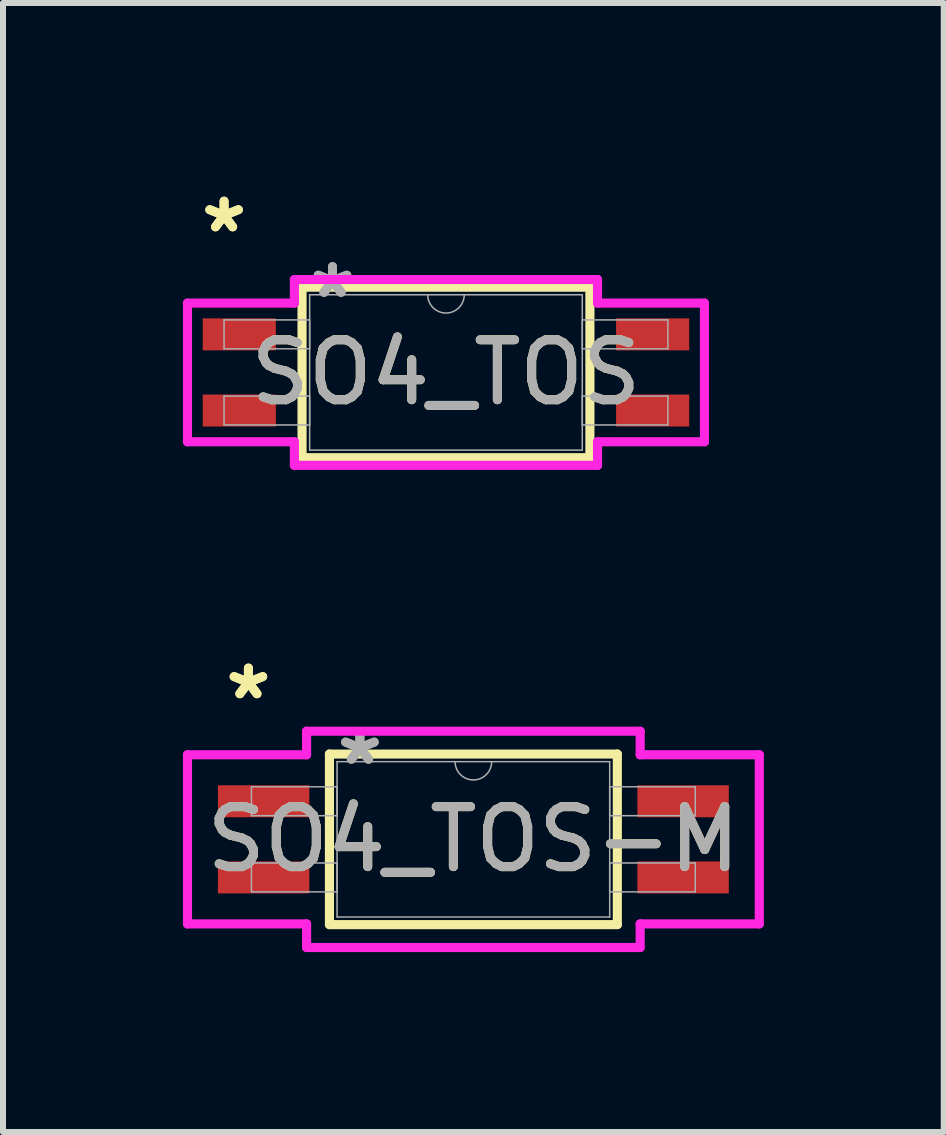
<source format=kicad_pcb>
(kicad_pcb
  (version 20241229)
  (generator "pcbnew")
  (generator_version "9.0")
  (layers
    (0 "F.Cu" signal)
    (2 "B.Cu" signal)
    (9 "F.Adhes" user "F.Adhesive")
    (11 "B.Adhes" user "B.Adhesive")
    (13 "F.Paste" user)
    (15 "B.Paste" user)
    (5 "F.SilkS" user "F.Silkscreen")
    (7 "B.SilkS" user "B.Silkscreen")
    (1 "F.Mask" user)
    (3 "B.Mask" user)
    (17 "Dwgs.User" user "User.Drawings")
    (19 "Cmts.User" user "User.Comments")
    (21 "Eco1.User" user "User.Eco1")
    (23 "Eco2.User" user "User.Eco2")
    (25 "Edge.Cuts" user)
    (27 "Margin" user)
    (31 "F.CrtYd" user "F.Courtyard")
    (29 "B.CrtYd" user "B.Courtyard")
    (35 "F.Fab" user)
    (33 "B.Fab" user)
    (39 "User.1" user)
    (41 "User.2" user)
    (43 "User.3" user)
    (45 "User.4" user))
  (footprint "SO4_TOS-M"
    (layer "F.Cu")
    (at 4.843 10.945)
    (property "Reference" "SO4_TOS-M" (at 0 0 0) (unlocked yes) (layer "F.SilkS") (effects (font (size 1 1) (thickness 0.15))))
    (attr smd)
    (fp_line (start -2.4 -1.422) (end -2.4 1.422) (stroke (width 0.152) (type solid)) (layer "F.SilkS"))
    (fp_line (start -2.4 1.422) (end 2.4 1.422) (stroke (width 0.152) (type solid)) (layer "F.SilkS"))
    (fp_line (start 2.4 -1.422) (end -2.4 -1.422) (stroke (width 0.152) (type solid)) (layer "F.SilkS"))
    (fp_line (start 2.4 1.422) (end 2.4 -1.422) (stroke (width 0.152) (type solid)) (layer "F.SilkS"))
    (fp_line (start -4.767 -1.41) (end -2.781 -1.41) (stroke (width 0.152) (type solid)) (layer "F.CrtYd"))
    (fp_line (start -4.767 1.41) (end -4.767 -1.41) (stroke (width 0.152) (type solid)) (layer "F.CrtYd"))
    (fp_line (start -4.767 1.41) (end -2.781 1.41) (stroke (width 0.152) (type solid)) (layer "F.CrtYd"))
    (fp_line (start -2.781 -1.803) (end 2.781 -1.803) (stroke (width 0.152) (type solid)) (layer "F.CrtYd"))
    (fp_line (start -2.781 -1.41) (end -2.781 -1.803) (stroke (width 0.152) (type solid)) (layer "F.CrtYd"))
    (fp_line (start -2.781 1.803) (end -2.781 1.41) (stroke (width 0.152) (type solid)) (layer "F.CrtYd"))
    (fp_line (start 2.781 -1.803) (end 2.781 -1.41) (stroke (width 0.152) (type solid)) (layer "F.CrtYd"))
    (fp_line (start 2.781 1.41) (end 2.781 1.803) (stroke (width 0.152) (type solid)) (layer "F.CrtYd"))
    (fp_line (start 2.781 1.803) (end -2.781 1.803) (stroke (width 0.152) (type solid)) (layer "F.CrtYd"))
    (fp_line (start 4.767 -1.41) (end 2.781 -1.41) (stroke (width 0.152) (type solid)) (layer "F.CrtYd"))
    (fp_line (start 4.767 -1.41) (end 4.767 1.41) (stroke (width 0.152) (type solid)) (layer "F.CrtYd"))
    (fp_line (start 4.767 1.41) (end 2.781 1.41) (stroke (width 0.152) (type solid)) (layer "F.CrtYd"))
    (fp_line (start -3.7 -0.876) (end -3.7 -0.394) (stroke (width 0.025) (type solid)) (layer "F.Fab"))
    (fp_line (start -3.7 -0.394) (end -2.273 -0.394) (stroke (width 0.025) (type solid)) (layer "F.Fab"))
    (fp_line (start -3.7 0.394) (end -3.7 0.876) (stroke (width 0.025) (type solid)) (layer "F.Fab"))
    (fp_line (start -3.7 0.876) (end -2.273 0.876) (stroke (width 0.025) (type solid)) (layer "F.Fab"))
    (fp_line (start -2.273 -1.295) (end -2.273 1.295) (stroke (width 0.025) (type solid)) (layer "F.Fab"))
    (fp_line (start -2.273 -0.876) (end -3.7 -0.876) (stroke (width 0.025) (type solid)) (layer "F.Fab"))
    (fp_line (start -2.273 -0.394) (end -2.273 -0.876) (stroke (width 0.025) (type solid)) (layer "F.Fab"))
    (fp_line (start -2.273 0.394) (end -3.7 0.394) (stroke (width 0.025) (type solid)) (layer "F.Fab"))
    (fp_line (start -2.273 0.876) (end -2.273 0.394) (stroke (width 0.025) (type solid)) (layer "F.Fab"))
    (fp_line (start -2.273 1.295) (end 2.273 1.295) (stroke (width 0.025) (type solid)) (layer "F.Fab"))
    (fp_line (start 2.273 -1.295) (end -2.273 -1.295) (stroke (width 0.025) (type solid)) (layer "F.Fab"))
    (fp_line (start 2.273 -0.876) (end 2.273 -0.394) (stroke (width 0.025) (type solid)) (layer "F.Fab"))
    (fp_line (start 2.273 -0.394) (end 3.7 -0.394) (stroke (width 0.025) (type solid)) (layer "F.Fab"))
    (fp_line (start 2.273 0.394) (end 2.273 0.876) (stroke (width 0.025) (type solid)) (layer "F.Fab"))
    (fp_line (start 2.273 0.876) (end 3.7 0.876) (stroke (width 0.025) (type solid)) (layer "F.Fab"))
    (fp_line (start 2.273 1.295) (end 2.273 -1.295) (stroke (width 0.025) (type solid)) (layer "F.Fab"))
    (fp_line (start 3.7 -0.876) (end 2.273 -0.876) (stroke (width 0.025) (type solid)) (layer "F.Fab"))
    (fp_line (start 3.7 -0.394) (end 3.7 -0.876) (stroke (width 0.025) (type solid)) (layer "F.Fab"))
    (fp_line (start 3.7 0.394) (end 2.273 0.394) (stroke (width 0.025) (type solid)) (layer "F.Fab"))
    (fp_line (start 3.7 0.876) (end 3.7 0.394) (stroke (width 0.025) (type solid)) (layer "F.Fab"))
    (fp_arc (start 0.3048 -1.2954) (mid 0 -0.9906) (end -0.3048 -1.2954) (stroke (width 0.0254) (type solid)) (layer "F.Fab"))
    (fp_text user "*" (at -3.751 -2.311 0) (layer "F.SilkS") (effects (font (size 1 1) (thickness 0.15))))
    (fp_text user "*" (at -3.751 -2.311 0) (unlocked yes) (layer "F.SilkS") (effects (font (size 1 1) (thickness 0.15))))
    (fp_text user "*" (at -1.892 -1.219 0) (unlocked yes) (layer "F.Fab") (effects (font (size 1 1) (thickness 0.15))))
    (fp_text user "${REFERENCE}" (at 0 0 0) (unlocked yes) (layer "F.Fab") (effects (font (size 1 1) (thickness 0.15))))
    (fp_text user "*" (at -1.892 -1.219 0) (layer "F.Fab") (effects (font (size 1 1) (thickness 0.15))))
    (pad "1" smd rect (at -3.497 -0.635) (size 1.524 0.533) (layers "F.Cu" "F.Mask" "F.Paste"))
    (pad "2" smd rect (at -3.497 0.635) (size 1.524 0.533) (layers "F.Cu" "F.Mask" "F.Paste"))
    (pad "3" smd rect (at 3.497 0.635) (size 1.524 0.533) (layers "F.Cu" "F.Mask" "F.Paste"))
    (pad "4" smd rect (at 3.497 -0.635) (size 1.524 0.533) (layers "F.Cu" "F.Mask" "F.Paste")))
  (footprint "SO4_TOS"
    (layer "F.Cu")
    (at 4.386 3.16)
    (property "Reference" "SO4_TOS" (at 0 0 0) (unlocked yes) (layer "F.SilkS") (effects (font (size 1 1) (thickness 0.15))))
    (attr smd)
    (fp_line (start -2.4 -1.422) (end -2.4 1.422) (stroke (width 0.152) (type solid)) (layer "F.SilkS"))
    (fp_line (start -2.4 1.422) (end 2.4 1.422) (stroke (width 0.152) (type solid)) (layer "F.SilkS"))
    (fp_line (start 2.4 -1.422) (end -2.4 -1.422) (stroke (width 0.152) (type solid)) (layer "F.SilkS"))
    (fp_line (start 2.4 1.422) (end 2.4 -1.422) (stroke (width 0.152) (type solid)) (layer "F.SilkS"))
    (fp_line (start -4.31 -1.156) (end -2.527 -1.156) (stroke (width 0.152) (type solid)) (layer "F.CrtYd"))
    (fp_line (start -4.31 1.156) (end -4.31 -1.156) (stroke (width 0.152) (type solid)) (layer "F.CrtYd"))
    (fp_line (start -4.31 1.156) (end -2.527 1.156) (stroke (width 0.152) (type solid)) (layer "F.CrtYd"))
    (fp_line (start -2.527 -1.549) (end 2.527 -1.549) (stroke (width 0.152) (type solid)) (layer "F.CrtYd"))
    (fp_line (start -2.527 -1.156) (end -2.527 -1.549) (stroke (width 0.152) (type solid)) (layer "F.CrtYd"))
    (fp_line (start -2.527 1.549) (end -2.527 1.156) (stroke (width 0.152) (type solid)) (layer "F.CrtYd"))
    (fp_line (start 2.527 -1.549) (end 2.527 -1.156) (stroke (width 0.152) (type solid)) (layer "F.CrtYd"))
    (fp_line (start 2.527 1.156) (end 2.527 1.549) (stroke (width 0.152) (type solid)) (layer "F.CrtYd"))
    (fp_line (start 2.527 1.549) (end -2.527 1.549) (stroke (width 0.152) (type solid)) (layer "F.CrtYd"))
    (fp_line (start 4.31 -1.156) (end 2.527 -1.156) (stroke (width 0.152) (type solid)) (layer "F.CrtYd"))
    (fp_line (start 4.31 -1.156) (end 4.31 1.156) (stroke (width 0.152) (type solid)) (layer "F.CrtYd"))
    (fp_line (start 4.31 1.156) (end 2.527 1.156) (stroke (width 0.152) (type solid)) (layer "F.CrtYd"))
    (fp_line (start -3.7 -0.876) (end -3.7 -0.394) (stroke (width 0.025) (type solid)) (layer "F.Fab"))
    (fp_line (start -3.7 -0.394) (end -2.273 -0.394) (stroke (width 0.025) (type solid)) (layer "F.Fab"))
    (fp_line (start -3.7 0.394) (end -3.7 0.876) (stroke (width 0.025) (type solid)) (layer "F.Fab"))
    (fp_line (start -3.7 0.876) (end -2.273 0.876) (stroke (width 0.025) (type solid)) (layer "F.Fab"))
    (fp_line (start -2.273 -1.295) (end -2.273 1.295) (stroke (width 0.025) (type solid)) (layer "F.Fab"))
    (fp_line (start -2.273 -0.876) (end -3.7 -0.876) (stroke (width 0.025) (type solid)) (layer "F.Fab"))
    (fp_line (start -2.273 -0.394) (end -2.273 -0.876) (stroke (width 0.025) (type solid)) (layer "F.Fab"))
    (fp_line (start -2.273 0.394) (end -3.7 0.394) (stroke (width 0.025) (type solid)) (layer "F.Fab"))
    (fp_line (start -2.273 0.876) (end -2.273 0.394) (stroke (width 0.025) (type solid)) (layer "F.Fab"))
    (fp_line (start -2.273 1.295) (end 2.273 1.295) (stroke (width 0.025) (type solid)) (layer "F.Fab"))
    (fp_line (start 2.273 -1.295) (end -2.273 -1.295) (stroke (width 0.025) (type solid)) (layer "F.Fab"))
    (fp_line (start 2.273 -0.876) (end 2.273 -0.394) (stroke (width 0.025) (type solid)) (layer "F.Fab"))
    (fp_line (start 2.273 -0.394) (end 3.7 -0.394) (stroke (width 0.025) (type solid)) (layer "F.Fab"))
    (fp_line (start 2.273 0.394) (end 2.273 0.876) (stroke (width 0.025) (type solid)) (layer "F.Fab"))
    (fp_line (start 2.273 0.876) (end 3.7 0.876) (stroke (width 0.025) (type solid)) (layer "F.Fab"))
    (fp_line (start 2.273 1.295) (end 2.273 -1.295) (stroke (width 0.025) (type solid)) (layer "F.Fab"))
    (fp_line (start 3.7 -0.876) (end 2.273 -0.876) (stroke (width 0.025) (type solid)) (layer "F.Fab"))
    (fp_line (start 3.7 -0.394) (end 3.7 -0.876) (stroke (width 0.025) (type solid)) (layer "F.Fab"))
    (fp_line (start 3.7 0.394) (end 2.273 0.394) (stroke (width 0.025) (type solid)) (layer "F.Fab"))
    (fp_line (start 3.7 0.876) (end 3.7 0.394) (stroke (width 0.025) (type solid)) (layer "F.Fab"))
    (fp_arc (start 0.3048 -1.2954) (mid 0 -0.9906) (end -0.3048 -1.2954) (stroke (width 0.0254) (type solid)) (layer "F.Fab"))
    (fp_text user "*" (at -3.7 -2.311 0) (unlocked yes) (layer "F.SilkS") (effects (font (size 1 1) (thickness 0.15))))
    (fp_text user "*" (at -3.7 -2.311 0) (layer "F.SilkS") (effects (font (size 1 1) (thickness 0.15))))
    (fp_text user "*" (at -1.892 -1.219 0) (layer "F.Fab") (effects (font (size 1 1) (thickness 0.15))))
    (fp_text user "${REFERENCE}" (at 0 0 0) (unlocked yes) (layer "F.Fab") (effects (font (size 1 1) (thickness 0.15))))
    (fp_text user "*" (at -1.892 -1.219 0) (unlocked yes) (layer "F.Fab") (effects (font (size 1 1) (thickness 0.15))))
    (pad "1" smd rect (at -3.446 -0.635) (size 1.219 0.533) (layers "F.Cu" "F.Mask" "F.Paste"))
    (pad "2" smd rect (at -3.446 0.635) (size 1.219 0.533) (layers "F.Cu" "F.Mask" "F.Paste"))
    (pad "3" smd rect (at 3.446 0.635) (size 1.219 0.533) (layers "F.Cu" "F.Mask" "F.Paste"))
    (pad "4" smd rect (at 3.446 -0.635) (size 1.219 0.533) (layers "F.Cu" "F.Mask" "F.Paste")))
  (gr_rect
    (start -3 -3)
    (end 12.686 15.825)
    (stroke (width 0.1) (type default))
    (fill no)
    (layer "Edge.Cuts")))
</source>
